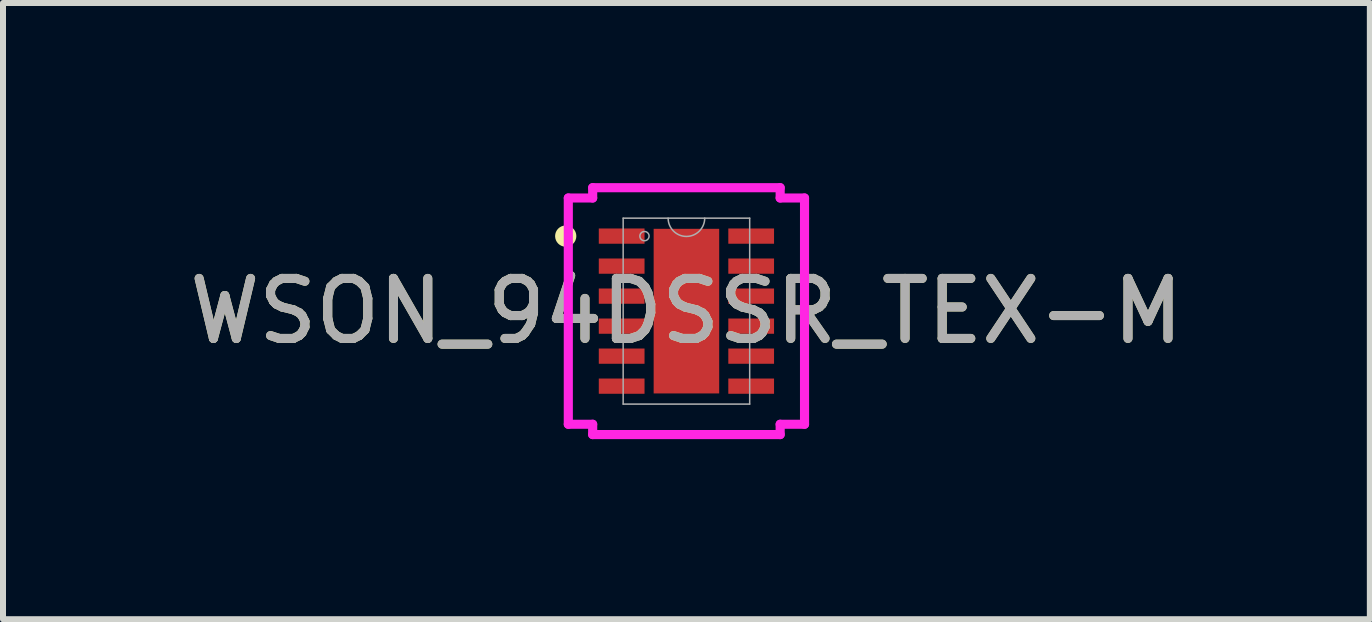
<source format=kicad_pcb>
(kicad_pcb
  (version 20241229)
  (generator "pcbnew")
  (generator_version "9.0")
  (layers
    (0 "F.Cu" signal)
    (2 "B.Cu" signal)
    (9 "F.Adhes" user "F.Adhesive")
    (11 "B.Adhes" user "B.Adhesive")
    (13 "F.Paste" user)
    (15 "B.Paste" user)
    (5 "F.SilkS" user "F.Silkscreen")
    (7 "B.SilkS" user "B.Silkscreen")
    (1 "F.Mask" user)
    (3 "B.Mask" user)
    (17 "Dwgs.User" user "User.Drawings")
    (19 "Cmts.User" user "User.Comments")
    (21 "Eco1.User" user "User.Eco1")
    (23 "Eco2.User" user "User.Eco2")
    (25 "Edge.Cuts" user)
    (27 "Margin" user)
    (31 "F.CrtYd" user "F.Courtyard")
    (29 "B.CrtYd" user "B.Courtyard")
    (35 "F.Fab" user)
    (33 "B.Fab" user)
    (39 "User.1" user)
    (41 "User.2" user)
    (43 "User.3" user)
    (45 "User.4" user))
  (footprint "WSON_94DSSR_TEX-M"
    (layer "F.Cu")
    (at 8.387 2.134)
    (property "Reference" "WSON_94DSSR_TEX-M" (at 0 0 0) (unlocked yes) (layer "F.SilkS") (effects (font (size 1 1) (thickness 0.15))))
    (attr smd)
    (fp_circle (center -2.011 -1.25) (end -1.91 -1.25) (stroke (width 0.152) (type solid)) (fill no) (layer "F.SilkS"))
    (fp_poly (pts (xy -0.446 -1.272) (xy -0.446 -0.1) (xy 0.446 -0.1) (xy 0.446 -1.272)) (stroke (width 0) (type solid)) (fill yes) (layer "F.Paste"))
    (fp_poly (pts (xy -0.446 0.1) (xy -0.446 1.272) (xy 0.446 1.272) (xy 0.446 0.1)) (stroke (width 0) (type solid)) (fill yes) (layer "F.Paste"))
    (fp_line (start -1.968 -1.885) (end -1.562 -1.885) (stroke (width 0.152) (type solid)) (layer "F.CrtYd"))
    (fp_line (start -1.968 1.885) (end -1.968 -1.885) (stroke (width 0.152) (type solid)) (layer "F.CrtYd"))
    (fp_line (start -1.968 1.885) (end -1.562 1.885) (stroke (width 0.152) (type solid)) (layer "F.CrtYd"))
    (fp_line (start -1.562 -2.057) (end 1.562 -2.057) (stroke (width 0.152) (type solid)) (layer "F.CrtYd"))
    (fp_line (start -1.562 -1.885) (end -1.562 -2.057) (stroke (width 0.152) (type solid)) (layer "F.CrtYd"))
    (fp_line (start -1.562 2.057) (end -1.562 1.885) (stroke (width 0.152) (type solid)) (layer "F.CrtYd"))
    (fp_line (start 1.562 -2.057) (end 1.562 -1.885) (stroke (width 0.152) (type solid)) (layer "F.CrtYd"))
    (fp_line (start 1.562 1.885) (end 1.562 2.057) (stroke (width 0.152) (type solid)) (layer "F.CrtYd"))
    (fp_line (start 1.562 2.057) (end -1.562 2.057) (stroke (width 0.152) (type solid)) (layer "F.CrtYd"))
    (fp_line (start 1.968 -1.885) (end 1.562 -1.885) (stroke (width 0.152) (type solid)) (layer "F.CrtYd"))
    (fp_line (start 1.968 -1.885) (end 1.968 1.885) (stroke (width 0.152) (type solid)) (layer "F.CrtYd"))
    (fp_line (start 1.968 1.885) (end 1.562 1.885) (stroke (width 0.152) (type solid)) (layer "F.CrtYd"))
    (fp_line (start -1.054 -1.549) (end -1.054 1.549) (stroke (width 0.025) (type solid)) (layer "F.Fab"))
    (fp_line (start -1.054 1.549) (end 1.054 1.549) (stroke (width 0.025) (type solid)) (layer "F.Fab"))
    (fp_line (start 1.054 -1.549) (end -1.054 -1.549) (stroke (width 0.025) (type solid)) (layer "F.Fab"))
    (fp_line (start 1.054 1.549) (end 1.054 -1.549) (stroke (width 0.025) (type solid)) (layer "F.Fab"))
    (fp_arc (start 0.3048 -1.5494) (mid 0 -1.2446) (end -0.3048 -1.5494) (stroke (width 0.0254) (type solid)) (layer "F.Fab"))
    (fp_circle (center -0.699 -1.25) (end -0.622 -1.25) (stroke (width 0.025) (type solid)) (fill no) (layer "F.Fab"))
    (fp_text user "${REFERENCE}" (at 0 0 0) (unlocked yes) (layer "F.Fab") (effects (font (size 1 1) (thickness 0.15))))
    (pad "1" smd rect (at -1.079 -1.25) (size 0.762 0.254) (layers "F.Cu" "F.Mask" "F.Paste"))
    (pad "2" smd rect (at -1.079 -0.75) (size 0.762 0.254) (layers "F.Cu" "F.Mask" "F.Paste"))
    (pad "3" smd rect (at -1.079 -0.25) (size 0.762 0.254) (layers "F.Cu" "F.Mask" "F.Paste"))
    (pad "4" smd rect (at -1.079 0.25) (size 0.762 0.254) (layers "F.Cu" "F.Mask" "F.Paste"))
    (pad "5" smd rect (at -1.079 0.75) (size 0.762 0.254) (layers "F.Cu" "F.Mask" "F.Paste"))
    (pad "6" smd rect (at -1.079 1.25) (size 0.762 0.254) (layers "F.Cu" "F.Mask" "F.Paste"))
    (pad "7" smd rect (at 1.079 1.25) (size 0.762 0.254) (layers "F.Cu" "F.Mask" "F.Paste"))
    (pad "8" smd rect (at 1.079 0.75) (size 0.762 0.254) (layers "F.Cu" "F.Mask" "F.Paste"))
    (pad "9" smd rect (at 1.079 0.25) (size 0.762 0.254) (layers "F.Cu" "F.Mask" "F.Paste"))
    (pad "10" smd rect (at 1.079 -0.25) (size 0.762 0.254) (layers "F.Cu" "F.Mask" "F.Paste"))
    (pad "11" smd rect (at 1.079 -0.75) (size 0.762 0.254) (layers "F.Cu" "F.Mask" "F.Paste"))
    (pad "12" smd rect (at 1.079 -1.25) (size 0.762 0.254) (layers "F.Cu" "F.Mask" "F.Paste"))
    (pad "13" smd rect (at 0 0) (size 1.092 2.743) (layers "F.Cu" "F.Mask" "F.Paste")))
  (gr_rect
    (start -3 -3)
    (end 19.774 7.267)
    (stroke (width 0.1) (type default))
    (fill no)
    (layer "Edge.Cuts")))
</source>
